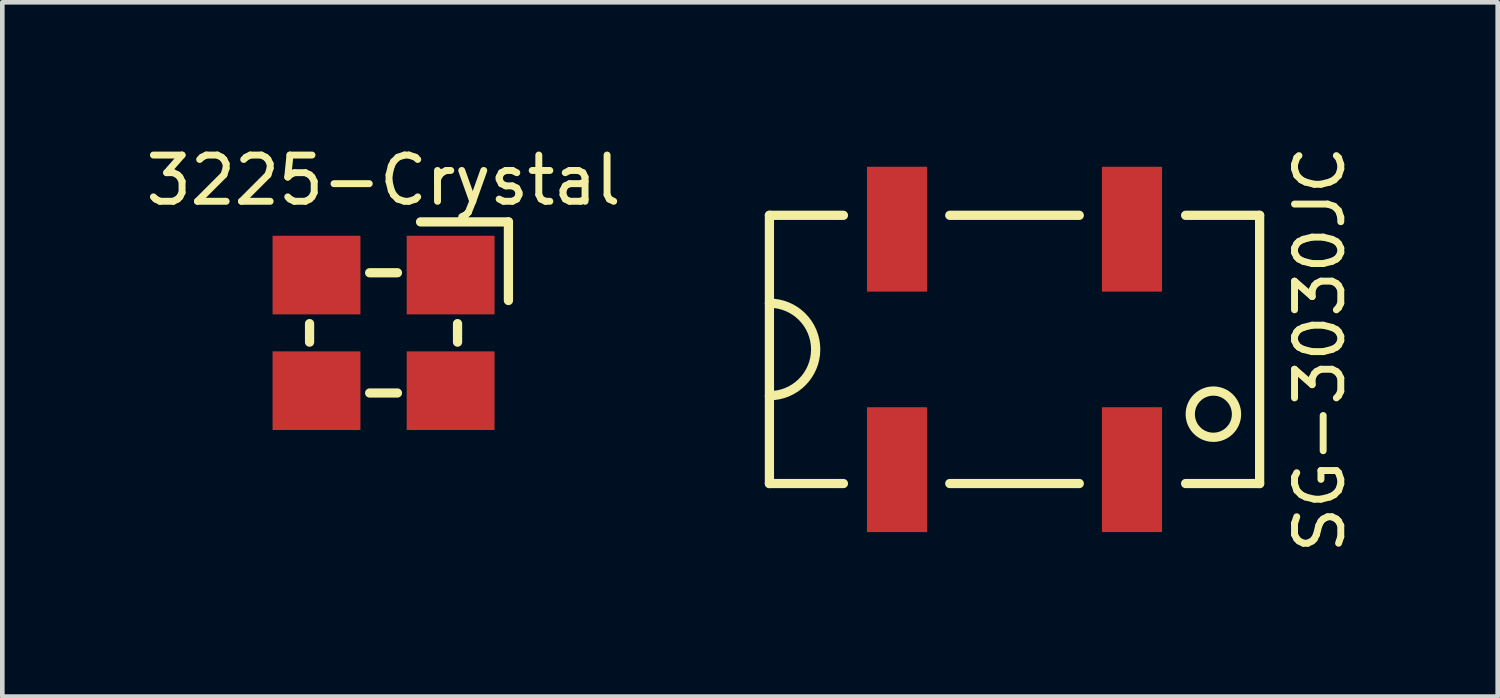
<source format=kicad_pcb>
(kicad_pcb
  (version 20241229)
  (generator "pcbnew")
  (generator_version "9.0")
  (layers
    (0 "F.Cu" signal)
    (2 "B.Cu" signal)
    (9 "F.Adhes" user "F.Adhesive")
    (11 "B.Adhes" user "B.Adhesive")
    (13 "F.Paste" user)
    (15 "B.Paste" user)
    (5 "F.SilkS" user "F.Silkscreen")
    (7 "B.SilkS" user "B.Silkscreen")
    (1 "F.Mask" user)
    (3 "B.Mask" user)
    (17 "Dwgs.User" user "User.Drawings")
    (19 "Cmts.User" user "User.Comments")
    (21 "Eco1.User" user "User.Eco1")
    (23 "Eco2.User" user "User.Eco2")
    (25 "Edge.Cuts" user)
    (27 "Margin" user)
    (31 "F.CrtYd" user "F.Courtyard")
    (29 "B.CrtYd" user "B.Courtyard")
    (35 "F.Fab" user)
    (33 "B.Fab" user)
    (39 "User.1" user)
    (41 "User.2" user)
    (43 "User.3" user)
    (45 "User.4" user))
  (footprint "3225-Crystal"
    (layer "F.Cu")
    (at 5.244 4.148)
    (property "Reference" "3225-Crystal" (at 0 -3.3 0) (layer "F.SilkS") (effects (font (size 1 1) (thickness 0.15))))
    (attr through_hole)
    (fp_line (start -1.6 0.2) (end -1.6 -0.2) (stroke (width 0.2) (type solid)) (layer "F.SilkS"))
    (fp_line (start 0.3 -1.3) (end -0.3 -1.3) (stroke (width 0.2) (type solid)) (layer "F.SilkS"))
    (fp_line (start 0.3 1.3) (end -0.3 1.3) (stroke (width 0.2) (type solid)) (layer "F.SilkS"))
    (fp_line (start 1.6 0.2) (end 1.6 -0.2) (stroke (width 0.2) (type solid)) (layer "F.SilkS"))
    (fp_line (start 2.7 -2.4) (end 0.8 -2.4) (stroke (width 0.2) (type solid)) (layer "F.SilkS"))
    (fp_line (start 2.7 -2.4) (end 2.7 -0.7) (stroke (width 0.2) (type solid)) (layer "F.SilkS"))
    (pad "1" smd rect (at 1.45 -1.25) (size 1.9 1.7) (layers "F.Cu" "F.Mask" "F.Paste"))
    (pad "2" smd rect (at -1.45 -1.25) (size 1.9 1.7) (layers "F.Cu" "F.Mask" "F.Paste"))
    (pad "3" smd rect (at -1.45 1.25) (size 1.9 1.7) (layers "F.Cu" "F.Mask" "F.Paste"))
    (pad "4" smd rect (at 1.45 1.25) (size 1.9 1.7) (layers "F.Cu" "F.Mask" "F.Paste")))
  (footprint "SG-3030JC"
    (layer "F.Cu")
    (at 18.888 4.506)
    (property "Reference" "SG-3030JC" (at 6.6 0 270) (layer "F.SilkS") (effects (font (size 1 1) (thickness 0.15))))
    (attr through_hole)
    (fp_line (start -5.3 -2.9) (end -5.3 2.9) (stroke (width 0.2) (type solid)) (layer "F.SilkS"))
    (fp_line (start -5.3 -2.9) (end -3.7 -2.9) (stroke (width 0.2) (type solid)) (layer "F.SilkS"))
    (fp_line (start -5.3 2.9) (end -3.7 2.9) (stroke (width 0.2) (type solid)) (layer "F.SilkS"))
    (fp_line (start -1.4 -2.9) (end 1.4 -2.9) (stroke (width 0.2) (type solid)) (layer "F.SilkS"))
    (fp_line (start -1.4 2.9) (end 1.4 2.9) (stroke (width 0.2) (type solid)) (layer "F.SilkS"))
    (fp_line (start 5.3 -2.9) (end 3.7 -2.9) (stroke (width 0.2) (type solid)) (layer "F.SilkS"))
    (fp_line (start 5.3 -2.9) (end 5.3 2.9) (stroke (width 0.2) (type solid)) (layer "F.SilkS"))
    (fp_line (start 5.3 2.9) (end 3.7 2.9) (stroke (width 0.2) (type solid)) (layer "F.SilkS"))
    (fp_arc (start -5.3 -1) (mid -4.3 0) (end -5.3 1) (stroke (width 0.2) (type solid)) (layer "F.SilkS"))
    (fp_circle (center 4.3 1.4) (end 4.8 1.4) (stroke (width 0.2) (type solid)) (fill no) (layer "F.SilkS"))
    (pad "1" smd rect (at -2.54 2.6) (size 1.3 2.7) (layers "F.Cu" "F.Mask" "F.Paste"))
    (pad "2" smd rect (at 2.54 2.6) (size 1.3 2.7) (layers "F.Cu" "F.Mask" "F.Paste"))
    (pad "3" smd rect (at 2.54 -2.6) (size 1.3 2.7) (layers "F.Cu" "F.Mask" "F.Paste"))
    (pad "4" smd rect (at -2.54 -2.6) (size 1.3 2.7) (layers "F.Cu" "F.Mask" "F.Paste")))
  (gr_rect
    (start -3 -3)
    (end 29.336 12.012)
    (stroke (width 0.1) (type default))
    (fill no)
    (layer "Edge.Cuts")))
</source>
